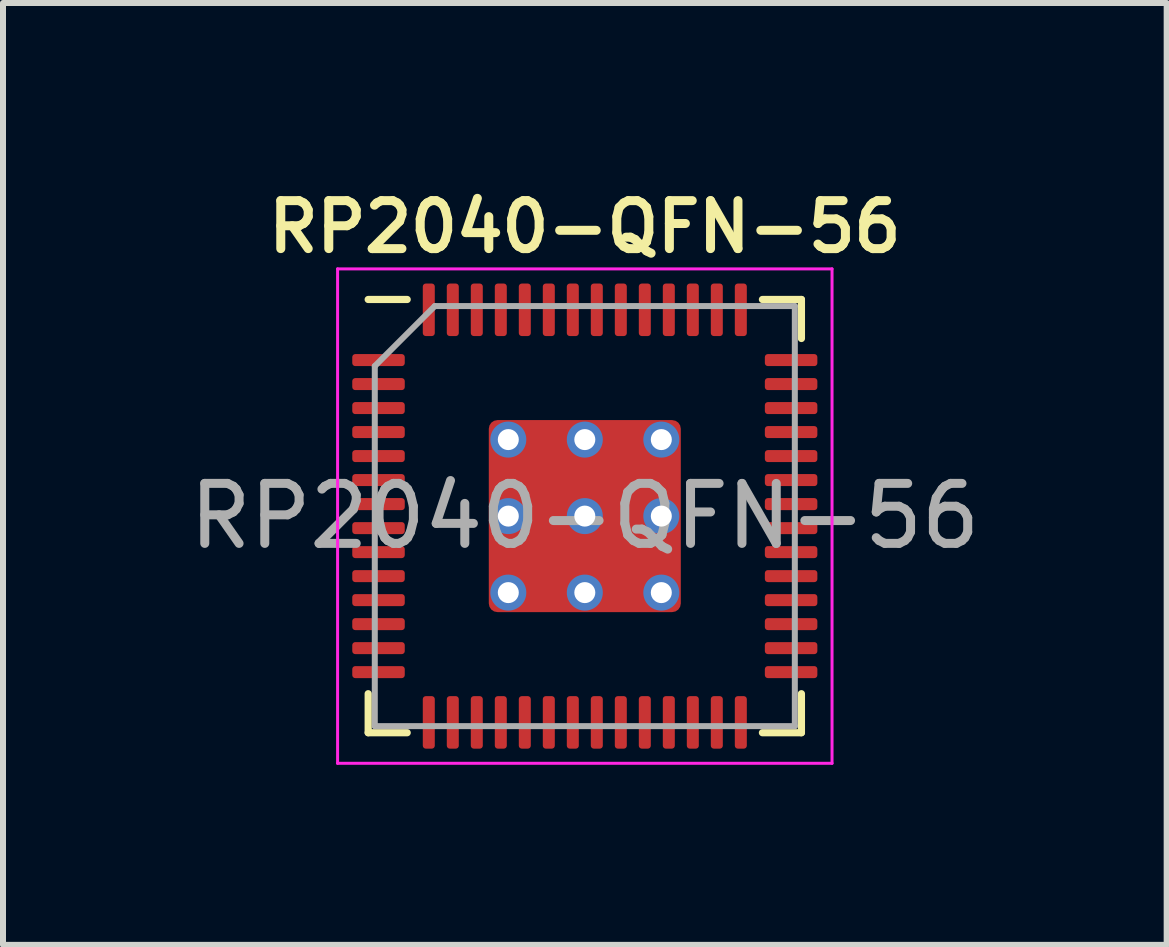
<source format=kicad_pcb>
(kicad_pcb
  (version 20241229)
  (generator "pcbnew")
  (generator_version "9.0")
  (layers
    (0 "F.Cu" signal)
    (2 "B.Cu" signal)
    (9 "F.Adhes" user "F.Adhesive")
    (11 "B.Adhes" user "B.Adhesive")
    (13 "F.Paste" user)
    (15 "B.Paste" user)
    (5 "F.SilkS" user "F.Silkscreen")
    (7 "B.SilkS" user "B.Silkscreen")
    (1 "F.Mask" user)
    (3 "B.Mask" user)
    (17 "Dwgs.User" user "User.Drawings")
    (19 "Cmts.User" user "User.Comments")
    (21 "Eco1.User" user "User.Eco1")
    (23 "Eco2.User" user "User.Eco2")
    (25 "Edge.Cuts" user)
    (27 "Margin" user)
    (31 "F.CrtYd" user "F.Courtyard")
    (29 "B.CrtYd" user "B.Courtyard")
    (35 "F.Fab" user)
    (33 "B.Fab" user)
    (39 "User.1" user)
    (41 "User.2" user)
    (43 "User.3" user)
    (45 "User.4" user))
  (footprint "RP2040-QFN-56"
    (layer "F.Cu")
    (at 6.696 5.551)
    (property "Reference" "RP2040-QFN-56" (at 0 -4.82 0) (layer "F.SilkS") (effects (font (size 0.8 0.8) (thickness 0.15))))
    (attr smd)
    (fp_line (start -3.61 3.61) (end -3.61 2.96) (stroke (width 0.12) (type solid)) (layer "F.SilkS"))
    (fp_line (start -2.96 -3.61) (end -3.61 -3.61) (stroke (width 0.12) (type solid)) (layer "F.SilkS"))
    (fp_line (start -2.96 3.61) (end -3.61 3.61) (stroke (width 0.12) (type solid)) (layer "F.SilkS"))
    (fp_line (start 2.96 -3.61) (end 3.61 -3.61) (stroke (width 0.12) (type solid)) (layer "F.SilkS"))
    (fp_line (start 2.96 3.61) (end 3.61 3.61) (stroke (width 0.12) (type solid)) (layer "F.SilkS"))
    (fp_line (start 3.61 -3.61) (end 3.61 -2.96) (stroke (width 0.12) (type solid)) (layer "F.SilkS"))
    (fp_line (start 3.61 3.61) (end 3.61 2.96) (stroke (width 0.12) (type solid)) (layer "F.SilkS"))
    (fp_line (start -4.12 -4.12) (end -4.12 4.12) (stroke (width 0.05) (type solid)) (layer "F.CrtYd"))
    (fp_line (start -4.12 4.12) (end 4.12 4.12) (stroke (width 0.05) (type solid)) (layer "F.CrtYd"))
    (fp_line (start 4.12 -4.12) (end -4.12 -4.12) (stroke (width 0.05) (type solid)) (layer "F.CrtYd"))
    (fp_line (start 4.12 4.12) (end 4.12 -4.12) (stroke (width 0.05) (type solid)) (layer "F.CrtYd"))
    (fp_line (start -3.5 -2.5) (end -2.5 -3.5) (stroke (width 0.1) (type solid)) (layer "F.Fab"))
    (fp_line (start -3.5 3.5) (end -3.5 -2.5) (stroke (width 0.1) (type solid)) (layer "F.Fab"))
    (fp_line (start -2.5 -3.5) (end 3.5 -3.5) (stroke (width 0.1) (type solid)) (layer "F.Fab"))
    (fp_line (start 3.5 -3.5) (end 3.5 3.5) (stroke (width 0.1) (type solid)) (layer "F.Fab"))
    (fp_line (start 3.5 3.5) (end -3.5 3.5) (stroke (width 0.1) (type solid)) (layer "F.Fab"))
    (fp_text user "${REFERENCE}" (at 0 0 0) (layer "F.Fab") (effects (font (size 1 1) (thickness 0.15))))
    (pad "" smd roundrect (at -0.637 -0.637) (size 1.084 1.084) (layers "F.Paste") (roundrect_rratio 0.231))
    (pad "" smd roundrect (at -0.637 0.637) (size 1.084 1.084) (layers "F.Paste") (roundrect_rratio 0.231))
    (pad "" smd roundrect (at 0.637 -0.637) (size 1.084 1.084) (layers "F.Paste") (roundrect_rratio 0.231))
    (pad "" smd roundrect (at 0.637 0.637) (size 1.084 1.084) (layers "F.Paste") (roundrect_rratio 0.231))
    (pad "1" smd roundrect (at -3.438 -2.6) (size 0.875 0.2) (layers "F.Cu" "F.Mask" "F.Paste") (roundrect_rratio 0.25))
    (pad "2" smd roundrect (at -3.438 -2.2) (size 0.875 0.2) (layers "F.Cu" "F.Mask" "F.Paste") (roundrect_rratio 0.25))
    (pad "3" smd roundrect (at -3.438 -1.8) (size 0.875 0.2) (layers "F.Cu" "F.Mask" "F.Paste") (roundrect_rratio 0.25))
    (pad "4" smd roundrect (at -3.438 -1.4) (size 0.875 0.2) (layers "F.Cu" "F.Mask" "F.Paste") (roundrect_rratio 0.25))
    (pad "5" smd roundrect (at -3.438 -1) (size 0.875 0.2) (layers "F.Cu" "F.Mask" "F.Paste") (roundrect_rratio 0.25))
    (pad "6" smd roundrect (at -3.438 -0.6) (size 0.875 0.2) (layers "F.Cu" "F.Mask" "F.Paste") (roundrect_rratio 0.25))
    (pad "7" smd roundrect (at -3.438 -0.2) (size 0.875 0.2) (layers "F.Cu" "F.Mask" "F.Paste") (roundrect_rratio 0.25))
    (pad "8" smd roundrect (at -3.438 0.2) (size 0.875 0.2) (layers "F.Cu" "F.Mask" "F.Paste") (roundrect_rratio 0.25))
    (pad "9" smd roundrect (at -3.438 0.6) (size 0.875 0.2) (layers "F.Cu" "F.Mask" "F.Paste") (roundrect_rratio 0.25))
    (pad "10" smd roundrect (at -3.438 1) (size 0.875 0.2) (layers "F.Cu" "F.Mask" "F.Paste") (roundrect_rratio 0.25))
    (pad "11" smd roundrect (at -3.438 1.4) (size 0.875 0.2) (layers "F.Cu" "F.Mask" "F.Paste") (roundrect_rratio 0.25))
    (pad "12" smd roundrect (at -3.438 1.8) (size 0.875 0.2) (layers "F.Cu" "F.Mask" "F.Paste") (roundrect_rratio 0.25))
    (pad "13" smd roundrect (at -3.438 2.2) (size 0.875 0.2) (layers "F.Cu" "F.Mask" "F.Paste") (roundrect_rratio 0.25))
    (pad "14" smd roundrect (at -3.438 2.6) (size 0.875 0.2) (layers "F.Cu" "F.Mask" "F.Paste") (roundrect_rratio 0.25))
    (pad "15" smd roundrect (at -2.6 3.438) (size 0.2 0.875) (layers "F.Cu" "F.Mask" "F.Paste") (roundrect_rratio 0.25))
    (pad "16" smd roundrect (at -2.2 3.438) (size 0.2 0.875) (layers "F.Cu" "F.Mask" "F.Paste") (roundrect_rratio 0.25))
    (pad "17" smd roundrect (at -1.8 3.438) (size 0.2 0.875) (layers "F.Cu" "F.Mask" "F.Paste") (roundrect_rratio 0.25))
    (pad "18" smd roundrect (at -1.4 3.438) (size 0.2 0.875) (layers "F.Cu" "F.Mask" "F.Paste") (roundrect_rratio 0.25))
    (pad "19" smd roundrect (at -1 3.438) (size 0.2 0.875) (layers "F.Cu" "F.Mask" "F.Paste") (roundrect_rratio 0.25))
    (pad "20" smd roundrect (at -0.6 3.438) (size 0.2 0.875) (layers "F.Cu" "F.Mask" "F.Paste") (roundrect_rratio 0.25))
    (pad "21" smd roundrect (at -0.2 3.438) (size 0.2 0.875) (layers "F.Cu" "F.Mask" "F.Paste") (roundrect_rratio 0.25))
    (pad "22" smd roundrect (at 0.2 3.438) (size 0.2 0.875) (layers "F.Cu" "F.Mask" "F.Paste") (roundrect_rratio 0.25))
    (pad "23" smd roundrect (at 0.6 3.438) (size 0.2 0.875) (layers "F.Cu" "F.Mask" "F.Paste") (roundrect_rratio 0.25))
    (pad "24" smd roundrect (at 1 3.438) (size 0.2 0.875) (layers "F.Cu" "F.Mask" "F.Paste") (roundrect_rratio 0.25))
    (pad "25" smd roundrect (at 1.4 3.438) (size 0.2 0.875) (layers "F.Cu" "F.Mask" "F.Paste") (roundrect_rratio 0.25))
    (pad "26" smd roundrect (at 1.8 3.438) (size 0.2 0.875) (layers "F.Cu" "F.Mask" "F.Paste") (roundrect_rratio 0.25))
    (pad "27" smd roundrect (at 2.2 3.438) (size 0.2 0.875) (layers "F.Cu" "F.Mask" "F.Paste") (roundrect_rratio 0.25))
    (pad "28" smd roundrect (at 2.6 3.438) (size 0.2 0.875) (layers "F.Cu" "F.Mask" "F.Paste") (roundrect_rratio 0.25))
    (pad "29" smd roundrect (at 3.438 2.6) (size 0.875 0.2) (layers "F.Cu" "F.Mask" "F.Paste") (roundrect_rratio 0.25))
    (pad "30" smd roundrect (at 3.438 2.2) (size 0.875 0.2) (layers "F.Cu" "F.Mask" "F.Paste") (roundrect_rratio 0.25))
    (pad "31" smd roundrect (at 3.438 1.8) (size 0.875 0.2) (layers "F.Cu" "F.Mask" "F.Paste") (roundrect_rratio 0.25))
    (pad "32" smd roundrect (at 3.438 1.4) (size 0.875 0.2) (layers "F.Cu" "F.Mask" "F.Paste") (roundrect_rratio 0.25))
    (pad "33" smd roundrect (at 3.438 1) (size 0.875 0.2) (layers "F.Cu" "F.Mask" "F.Paste") (roundrect_rratio 0.25))
    (pad "34" smd roundrect (at 3.438 0.6) (size 0.875 0.2) (layers "F.Cu" "F.Mask" "F.Paste") (roundrect_rratio 0.25))
    (pad "35" smd roundrect (at 3.438 0.2) (size 0.875 0.2) (layers "F.Cu" "F.Mask" "F.Paste") (roundrect_rratio 0.25))
    (pad "36" smd roundrect (at 3.438 -0.2) (size 0.875 0.2) (layers "F.Cu" "F.Mask" "F.Paste") (roundrect_rratio 0.25))
    (pad "37" smd roundrect (at 3.438 -0.6) (size 0.875 0.2) (layers "F.Cu" "F.Mask" "F.Paste") (roundrect_rratio 0.25))
    (pad "38" smd roundrect (at 3.438 -1) (size 0.875 0.2) (layers "F.Cu" "F.Mask" "F.Paste") (roundrect_rratio 0.25))
    (pad "39" smd roundrect (at 3.438 -1.4) (size 0.875 0.2) (layers "F.Cu" "F.Mask" "F.Paste") (roundrect_rratio 0.25))
    (pad "40" smd roundrect (at 3.438 -1.8) (size 0.875 0.2) (layers "F.Cu" "F.Mask" "F.Paste") (roundrect_rratio 0.25))
    (pad "41" smd roundrect (at 3.438 -2.2) (size 0.875 0.2) (layers "F.Cu" "F.Mask" "F.Paste") (roundrect_rratio 0.25))
    (pad "42" smd roundrect (at 3.438 -2.6) (size 0.875 0.2) (layers "F.Cu" "F.Mask" "F.Paste") (roundrect_rratio 0.25))
    (pad "43" smd roundrect (at 2.6 -3.438) (size 0.2 0.875) (layers "F.Cu" "F.Mask" "F.Paste") (roundrect_rratio 0.25))
    (pad "44" smd roundrect (at 2.2 -3.438) (size 0.2 0.875) (layers "F.Cu" "F.Mask" "F.Paste") (roundrect_rratio 0.25))
    (pad "45" smd roundrect (at 1.8 -3.438) (size 0.2 0.875) (layers "F.Cu" "F.Mask" "F.Paste") (roundrect_rratio 0.25))
    (pad "46" smd roundrect (at 1.4 -3.438) (size 0.2 0.875) (layers "F.Cu" "F.Mask" "F.Paste") (roundrect_rratio 0.25))
    (pad "47" smd roundrect (at 1 -3.438) (size 0.2 0.875) (layers "F.Cu" "F.Mask" "F.Paste") (roundrect_rratio 0.25))
    (pad "48" smd roundrect (at 0.6 -3.438) (size 0.2 0.875) (layers "F.Cu" "F.Mask" "F.Paste") (roundrect_rratio 0.25))
    (pad "49" smd roundrect (at 0.2 -3.438) (size 0.2 0.875) (layers "F.Cu" "F.Mask" "F.Paste") (roundrect_rratio 0.25))
    (pad "50" smd roundrect (at -0.2 -3.438) (size 0.2 0.875) (layers "F.Cu" "F.Mask" "F.Paste") (roundrect_rratio 0.25))
    (pad "51" smd roundrect (at -0.6 -3.438) (size 0.2 0.875) (layers "F.Cu" "F.Mask" "F.Paste") (roundrect_rratio 0.25))
    (pad "52" smd roundrect (at -1 -3.438) (size 0.2 0.875) (layers "F.Cu" "F.Mask" "F.Paste") (roundrect_rratio 0.25))
    (pad "53" smd roundrect (at -1.4 -3.438) (size 0.2 0.875) (layers "F.Cu" "F.Mask" "F.Paste") (roundrect_rratio 0.25))
    (pad "54" smd roundrect (at -1.8 -3.438) (size 0.2 0.875) (layers "F.Cu" "F.Mask" "F.Paste") (roundrect_rratio 0.25))
    (pad "55" smd roundrect (at -2.2 -3.438) (size 0.2 0.875) (layers "F.Cu" "F.Mask" "F.Paste") (roundrect_rratio 0.25))
    (pad "56" smd roundrect (at -2.6 -3.438) (size 0.2 0.875) (layers "F.Cu" "F.Mask" "F.Paste") (roundrect_rratio 0.25))
    (pad "57" thru_hole circle (at -1.275 -1.275) (size 0.6 0.6) (drill 0.35) (layers "*.Cu"))
    (pad "57" thru_hole circle (at -1.275 0) (size 0.6 0.6) (drill 0.35) (layers "*.Cu"))
    (pad "57" thru_hole circle (at -1.275 1.275) (size 0.6 0.6) (drill 0.35) (layers "*.Cu"))
    (pad "57" thru_hole circle (at 0 -1.275) (size 0.6 0.6) (drill 0.35) (layers "*.Cu"))
    (pad "57" thru_hole circle (at 0 0) (size 0.6 0.6) (drill 0.35) (layers "*.Cu"))
    (pad "57" smd roundrect (at 0 0) (size 3.2 3.2) (layers "F.Cu" "F.Mask") (roundrect_rratio 0.045))
    (pad "57" thru_hole circle (at 0 1.275) (size 0.6 0.6) (drill 0.35) (layers "*.Cu"))
    (pad "57" thru_hole circle (at 1.275 -1.275) (size 0.6 0.6) (drill 0.35) (layers "*.Cu"))
    (pad "57" thru_hole circle (at 1.275 0) (size 0.6 0.6) (drill 0.35) (layers "*.Cu"))
    (pad "57" thru_hole circle (at 1.275 1.275) (size 0.6 0.6) (drill 0.35) (layers "*.Cu")))
  (gr_rect
    (start -3 -3)
    (end 16.393 12.696)
    (stroke (width 0.1) (type default))
    (fill no)
    (layer "Edge.Cuts")))
</source>
